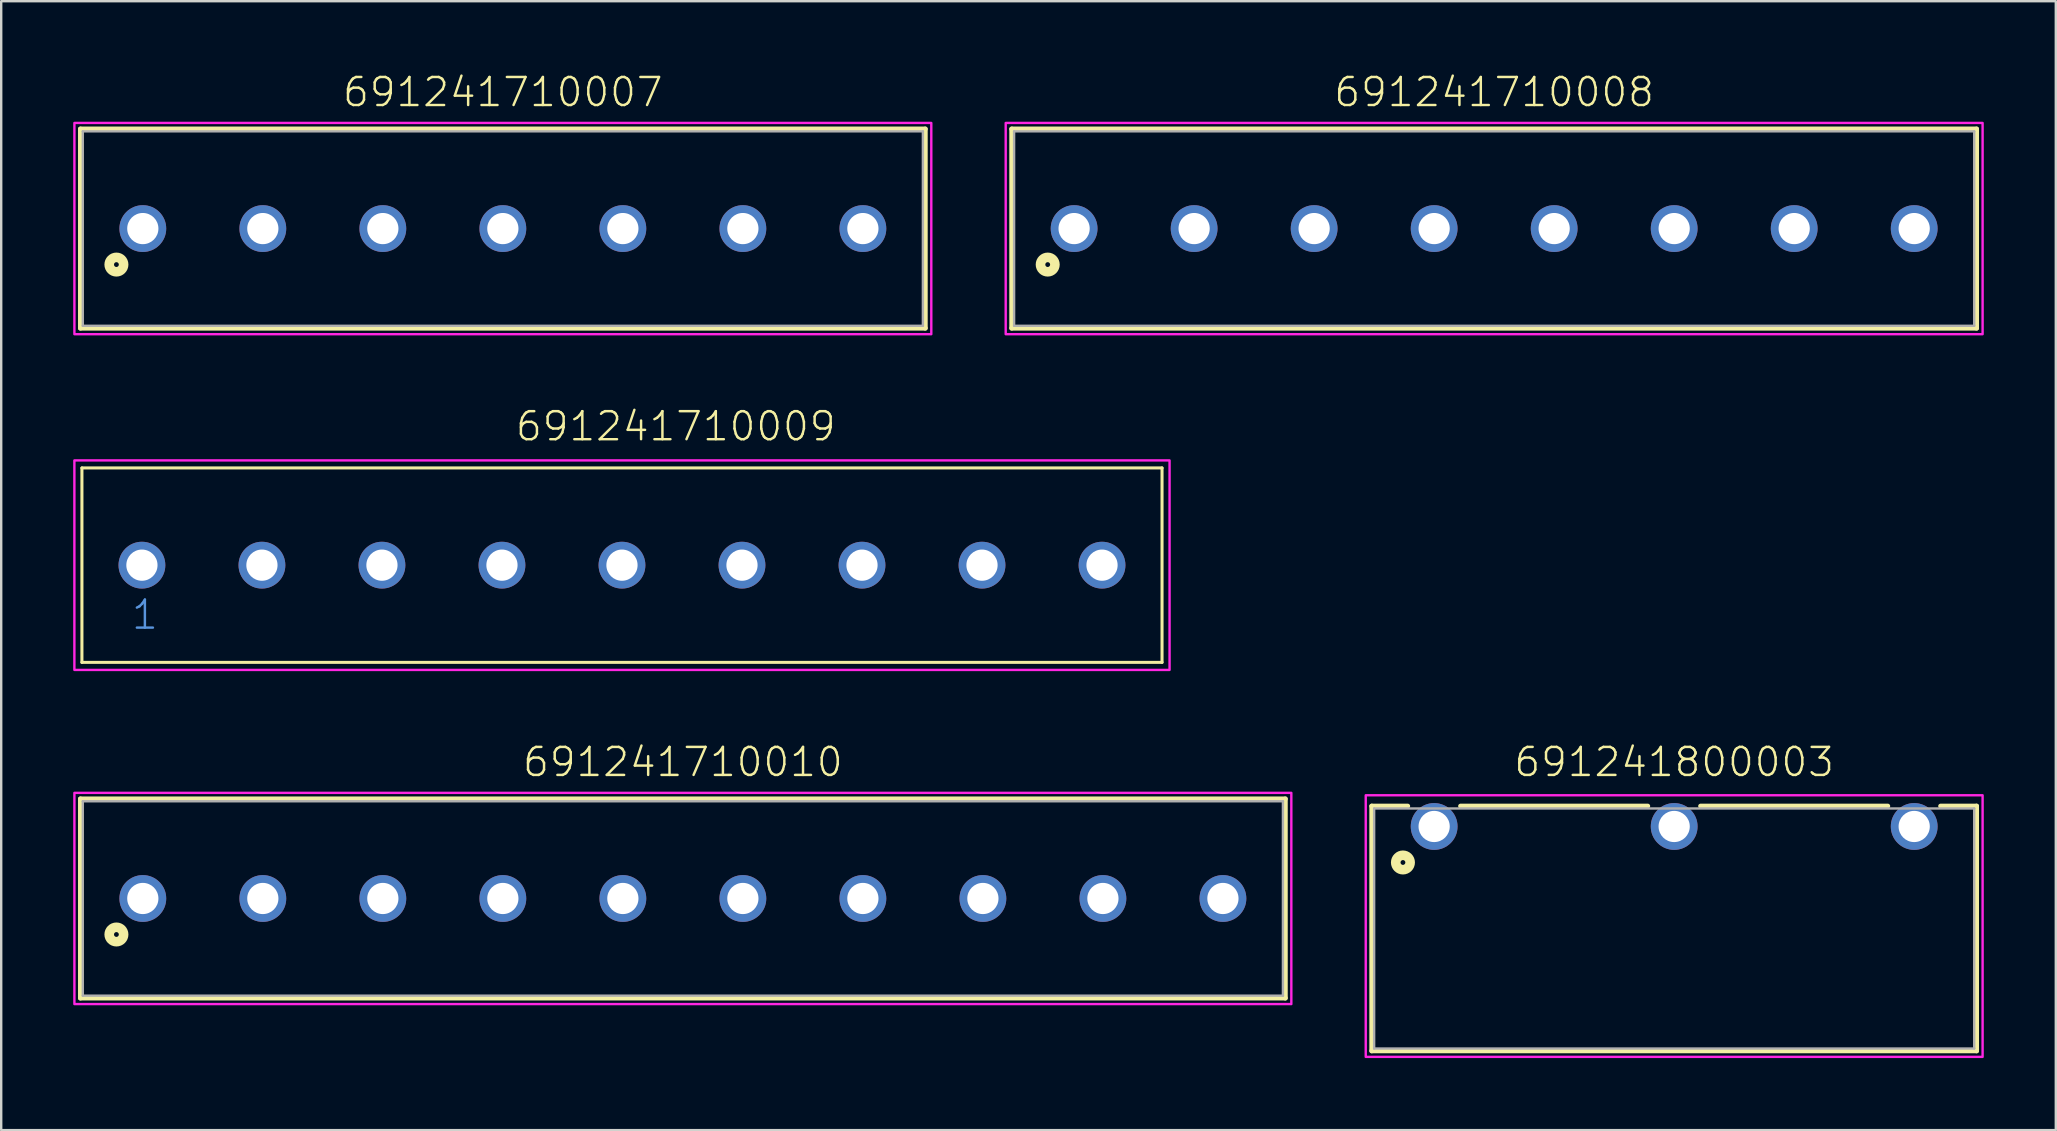
<source format=kicad_pcb>
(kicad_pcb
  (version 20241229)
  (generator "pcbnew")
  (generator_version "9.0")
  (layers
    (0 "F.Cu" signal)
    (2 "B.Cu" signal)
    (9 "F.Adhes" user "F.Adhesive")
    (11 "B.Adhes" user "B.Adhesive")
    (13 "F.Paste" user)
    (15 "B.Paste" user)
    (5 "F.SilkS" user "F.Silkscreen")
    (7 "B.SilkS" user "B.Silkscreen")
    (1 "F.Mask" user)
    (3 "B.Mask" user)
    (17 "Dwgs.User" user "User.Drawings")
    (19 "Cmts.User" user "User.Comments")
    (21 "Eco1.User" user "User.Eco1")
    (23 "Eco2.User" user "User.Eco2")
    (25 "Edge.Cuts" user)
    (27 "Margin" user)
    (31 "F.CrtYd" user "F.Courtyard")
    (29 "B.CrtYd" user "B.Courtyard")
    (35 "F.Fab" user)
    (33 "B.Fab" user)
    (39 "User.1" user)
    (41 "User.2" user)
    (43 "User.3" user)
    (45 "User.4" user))
  (footprint "691241710007"
    (layer "F.Cu")
    (at 17.9 6.473)
    (property "Reference" "691241710007" (at 0 -5 0) (unlocked yes) (layer "F.SilkS") (effects (font (size 1.168 1.168) (thickness 0.102)) (justify bottom)))
    (fp_line (start -17.6 -4.15) (end 17.6 -4.15) (stroke (width 0.2) (type solid)) (layer "F.SilkS"))
    (fp_line (start -17.6 4.15) (end -17.6 -4.15) (stroke (width 0.2) (type solid)) (layer "F.SilkS"))
    (fp_line (start 17.6 -4.15) (end 17.6 4.15) (stroke (width 0.2) (type solid)) (layer "F.SilkS"))
    (fp_line (start 17.6 4.15) (end -17.6 4.15) (stroke (width 0.2) (type solid)) (layer "F.SilkS"))
    (fp_circle (center -16.1 1.5) (end -16 1.5) (stroke (width 0.4) (type solid)) (fill no) (layer "F.SilkS"))
    (fp_poly (pts (xy 17.85 4.4) (xy -17.85 4.4) (xy -17.85 -4.4) (xy 17.85 -4.4)) (stroke (width 0.1) (type default)) (fill no) (layer "F.CrtYd"))
    (fp_line (start -17.5 -4.05) (end -17.5 4.05) (stroke (width 0.1) (type solid)) (layer "F.Fab"))
    (fp_line (start -17.5 -4.05) (end 17.5 -4.05) (stroke (width 0.1) (type solid)) (layer "F.Fab"))
    (fp_line (start 17.5 -4.05) (end 17.5 4.05) (stroke (width 0.1) (type solid)) (layer "F.Fab"))
    (fp_line (start 17.5 4.05) (end -17.5 4.05) (stroke (width 0.1) (type solid)) (layer "F.Fab"))
    (pad "1" thru_hole circle (at -15 0) (size 1.95 1.95) (drill 1.3) (layers "*.Cu" "*.Mask"))
    (pad "2" thru_hole circle (at -10 0) (size 1.95 1.95) (drill 1.3) (layers "*.Cu" "*.Mask"))
    (pad "3" thru_hole circle (at -5 0) (size 1.95 1.95) (drill 1.3) (layers "*.Cu" "*.Mask"))
    (pad "4" thru_hole circle (at 0 0) (size 1.95 1.95) (drill 1.3) (layers "*.Cu" "*.Mask"))
    (pad "5" thru_hole circle (at 5 0) (size 1.95 1.95) (drill 1.3) (layers "*.Cu" "*.Mask"))
    (pad "6" thru_hole circle (at 10 0) (size 1.95 1.95) (drill 1.3) (layers "*.Cu" "*.Mask"))
    (pad "7" thru_hole circle (at 15 0) (size 1.95 1.95) (drill 1.3) (layers "*.Cu" "*.Mask")))
  (footprint "691241710010"
    (layer "F.Cu")
    (at 25.4 34.383)
    (property "Reference" "691241710010" (at 0 -5 0) (unlocked yes) (layer "F.SilkS") (effects (font (size 1.168 1.168) (thickness 0.102)) (justify bottom)))
    (fp_line (start -25.1 -4.15) (end 25.1 -4.15) (stroke (width 0.2) (type solid)) (layer "F.SilkS"))
    (fp_line (start -25.1 4.15) (end -25.1 -4.15) (stroke (width 0.2) (type solid)) (layer "F.SilkS"))
    (fp_line (start 25.1 -4.15) (end 25.1 4.15) (stroke (width 0.2) (type solid)) (layer "F.SilkS"))
    (fp_line (start 25.1 4.15) (end -25.1 4.15) (stroke (width 0.2) (type solid)) (layer "F.SilkS"))
    (fp_circle (center -23.6 1.5) (end -23.5 1.5) (stroke (width 0.4) (type solid)) (fill no) (layer "F.SilkS"))
    (fp_poly (pts (xy 25.35 4.4) (xy -25.35 4.4) (xy -25.35 -4.4) (xy 25.35 -4.4)) (stroke (width 0.1) (type default)) (fill no) (layer "F.CrtYd"))
    (fp_line (start -25 -4.05) (end -25 4.05) (stroke (width 0.1) (type solid)) (layer "F.Fab"))
    (fp_line (start -25 -4.05) (end 25 -4.05) (stroke (width 0.1) (type solid)) (layer "F.Fab"))
    (fp_line (start 25 -4.05) (end 25 4.05) (stroke (width 0.1) (type solid)) (layer "F.Fab"))
    (fp_line (start 25 4.05) (end -25 4.05) (stroke (width 0.1) (type solid)) (layer "F.Fab"))
    (pad "1" thru_hole circle (at -22.5 0) (size 1.95 1.95) (drill 1.3) (layers "*.Cu" "*.Mask"))
    (pad "2" thru_hole circle (at -17.5 0) (size 1.95 1.95) (drill 1.3) (layers "*.Cu" "*.Mask"))
    (pad "3" thru_hole circle (at -12.5 0) (size 1.95 1.95) (drill 1.3) (layers "*.Cu" "*.Mask"))
    (pad "4" thru_hole circle (at -7.5 0) (size 1.95 1.95) (drill 1.3) (layers "*.Cu" "*.Mask"))
    (pad "5" thru_hole circle (at -2.5 0) (size 1.95 1.95) (drill 1.3) (layers "*.Cu" "*.Mask"))
    (pad "6" thru_hole circle (at 2.5 0) (size 1.95 1.95) (drill 1.3) (layers "*.Cu" "*.Mask"))
    (pad "7" thru_hole circle (at 7.5 0) (size 1.95 1.95) (drill 1.3) (layers "*.Cu" "*.Mask"))
    (pad "8" thru_hole circle (at 12.5 0) (size 1.95 1.95) (drill 1.3) (layers "*.Cu" "*.Mask"))
    (pad "9" thru_hole circle (at 17.5 0) (size 1.95 1.95) (drill 1.3) (layers "*.Cu" "*.Mask"))
    (pad "10" thru_hole circle (at 22.5 0) (size 1.95 1.95) (drill 1.3) (layers "*.Cu" "*.Mask")))
  (footprint "691241710008"
    (layer "F.Cu")
    (at 59.2 6.473)
    (property "Reference" "691241710008" (at 0 -5 0) (unlocked yes) (layer "F.SilkS") (effects (font (size 1.168 1.168) (thickness 0.102)) (justify bottom)))
    (fp_line (start -20.1 -4.15) (end 20.1 -4.15) (stroke (width 0.2) (type solid)) (layer "F.SilkS"))
    (fp_line (start -20.1 4.15) (end -20.1 -4.15) (stroke (width 0.2) (type solid)) (layer "F.SilkS"))
    (fp_line (start 20.1 -4.15) (end 20.1 4.15) (stroke (width 0.2) (type solid)) (layer "F.SilkS"))
    (fp_line (start 20.1 4.15) (end -20.1 4.15) (stroke (width 0.2) (type solid)) (layer "F.SilkS"))
    (fp_circle (center -18.6 1.5) (end -18.5 1.5) (stroke (width 0.4) (type solid)) (fill no) (layer "F.SilkS"))
    (fp_poly (pts (xy 20.35 4.4) (xy -20.35 4.4) (xy -20.35 -4.4) (xy 20.35 -4.4)) (stroke (width 0.1) (type default)) (fill no) (layer "F.CrtYd"))
    (fp_line (start -20 -4.05) (end -20 4.05) (stroke (width 0.1) (type solid)) (layer "F.Fab"))
    (fp_line (start -20 -4.05) (end 20 -4.05) (stroke (width 0.1) (type solid)) (layer "F.Fab"))
    (fp_line (start 20 -4.05) (end 20 4.05) (stroke (width 0.1) (type solid)) (layer "F.Fab"))
    (fp_line (start 20 4.05) (end -20 4.05) (stroke (width 0.1) (type solid)) (layer "F.Fab"))
    (pad "1" thru_hole circle (at -17.5 0) (size 1.95 1.95) (drill 1.3) (layers "*.Cu" "*.Mask"))
    (pad "2" thru_hole circle (at -12.5 0) (size 1.95 1.95) (drill 1.3) (layers "*.Cu" "*.Mask"))
    (pad "3" thru_hole circle (at -7.5 0) (size 1.95 1.95) (drill 1.3) (layers "*.Cu" "*.Mask"))
    (pad "4" thru_hole circle (at -2.5 0) (size 1.95 1.95) (drill 1.3) (layers "*.Cu" "*.Mask"))
    (pad "5" thru_hole circle (at 2.5 0) (size 1.95 1.95) (drill 1.3) (layers "*.Cu" "*.Mask"))
    (pad "6" thru_hole circle (at 7.5 0) (size 1.95 1.95) (drill 1.3) (layers "*.Cu" "*.Mask"))
    (pad "7" thru_hole circle (at 12.5 0) (size 1.95 1.95) (drill 1.3) (layers "*.Cu" "*.Mask"))
    (pad "8" thru_hole circle (at 17.5 0) (size 1.95 1.95) (drill 1.3) (layers "*.Cu" "*.Mask")))
  (footprint "691241800003"
    (layer "F.Cu")
    (at 66.7 31.383)
    (property "Reference" "691241800003" (at 0 -2 0) (unlocked yes) (layer "F.SilkS") (effects (font (size 1.168 1.168) (thickness 0.102)) (justify bottom)))
    (fp_line (start -12.6 -0.85) (end -11.1 -0.85) (stroke (width 0.2) (type solid)) (layer "F.SilkS"))
    (fp_line (start -12.6 9.35) (end -12.6 -0.85) (stroke (width 0.2) (type solid)) (layer "F.SilkS"))
    (fp_line (start -8.9 -0.85) (end -1.1 -0.85) (stroke (width 0.2) (type solid)) (layer "F.SilkS"))
    (fp_line (start 1.1 -0.85) (end 8.9 -0.85) (stroke (width 0.2) (type solid)) (layer "F.SilkS"))
    (fp_line (start 11.1 -0.85) (end 12.6 -0.85) (stroke (width 0.2) (type solid)) (layer "F.SilkS"))
    (fp_line (start 12.6 -0.85) (end 12.6 9.35) (stroke (width 0.2) (type solid)) (layer "F.SilkS"))
    (fp_line (start 12.6 9.35) (end -12.6 9.35) (stroke (width 0.2) (type solid)) (layer "F.SilkS"))
    (fp_circle (center -11.3 1.5) (end -11.2 1.5) (stroke (width 0.4) (type solid)) (fill no) (layer "F.SilkS"))
    (fp_poly (pts (xy 12.85 9.6) (xy -12.85 9.6) (xy -12.85 -1.3) (xy 12.85 -1.3)) (stroke (width 0.1) (type default)) (fill no) (layer "F.CrtYd"))
    (fp_line (start -12.5 -0.75) (end 12.5 -0.75) (stroke (width 0.1) (type solid)) (layer "F.Fab"))
    (fp_line (start -12.5 9.25) (end -12.5 -0.75) (stroke (width 0.1) (type solid)) (layer "F.Fab"))
    (fp_line (start 12.5 -0.75) (end 12.5 9.25) (stroke (width 0.1) (type solid)) (layer "F.Fab"))
    (fp_line (start 12.5 9.25) (end -12.5 9.25) (stroke (width 0.1) (type solid)) (layer "F.Fab"))
    (pad "1" thru_hole circle (at -10 0) (size 1.95 1.95) (drill 1.3) (layers "*.Cu" "*.Mask"))
    (pad "2" thru_hole circle (at 0 0) (size 1.95 1.95) (drill 1.3) (layers "*.Cu" "*.Mask"))
    (pad "3" thru_hole circle (at 10 0) (size 1.95 1.95) (drill 1.3) (layers "*.Cu" "*.Mask")))
  (footprint "691241710009"
    (layer "F.Cu")
    (at 22.863 20.496)
    (property "Reference" "691241710009" (at -4.5 -5.1 0) (unlocked yes) (layer "F.SilkS") (effects (font (size 1.168 1.168) (thickness 0.102)) (justify left bottom)))
    (fp_line (start -22.5 -4.05) (end -22.5 4.05) (stroke (width 0.127) (type solid)) (layer "F.SilkS"))
    (fp_line (start -22.5 -4.05) (end 22.5 -4.05) (stroke (width 0.127) (type solid)) (layer "F.SilkS"))
    (fp_line (start 22.5 -4.05) (end 22.5 4.05) (stroke (width 0.127) (type solid)) (layer "F.SilkS"))
    (fp_line (start 22.5 4.05) (end -22.5 4.05) (stroke (width 0.127) (type solid)) (layer "F.SilkS"))
    (fp_poly (pts (xy 22.814 4.364) (xy -22.814 4.364) (xy -22.814 -4.364) (xy 22.814 -4.364)) (stroke (width 0.1) (type default)) (fill no) (layer "F.CrtYd"))
    (fp_text user "1" (at -20.5 2.75 0) (unlocked yes) (layer "Cmts.User") (effects (font (size 1.168 1.168) (thickness 0.102)) (justify left bottom)))
    (pad "1" thru_hole circle (at -20 0) (size 1.95 1.95) (drill 1.3) (layers "*.Cu" "*.Mask"))
    (pad "2" thru_hole circle (at -15 0) (size 1.95 1.95) (drill 1.3) (layers "*.Cu" "*.Mask"))
    (pad "3" thru_hole circle (at -10 0) (size 1.95 1.95) (drill 1.3) (layers "*.Cu" "*.Mask"))
    (pad "4" thru_hole circle (at -5 0) (size 1.95 1.95) (drill 1.3) (layers "*.Cu" "*.Mask"))
    (pad "5" thru_hole circle (at 0 0) (size 1.95 1.95) (drill 1.3) (layers "*.Cu" "*.Mask"))
    (pad "6" thru_hole circle (at 5 0) (size 1.95 1.95) (drill 1.3) (layers "*.Cu" "*.Mask"))
    (pad "7" thru_hole circle (at 10 0) (size 1.95 1.95) (drill 1.3) (layers "*.Cu" "*.Mask"))
    (pad "8" thru_hole circle (at 15 0) (size 1.95 1.95) (drill 1.3) (layers "*.Cu" "*.Mask"))
    (pad "9" thru_hole circle (at 20 0) (size 1.95 1.95) (drill 1.3) (layers "*.Cu" "*.Mask")))
  (gr_rect
    (start -3 -3)
    (end 82.6 44.033)
    (stroke (width 0.1) (type default))
    (fill no)
    (layer "Edge.Cuts")))
</source>
